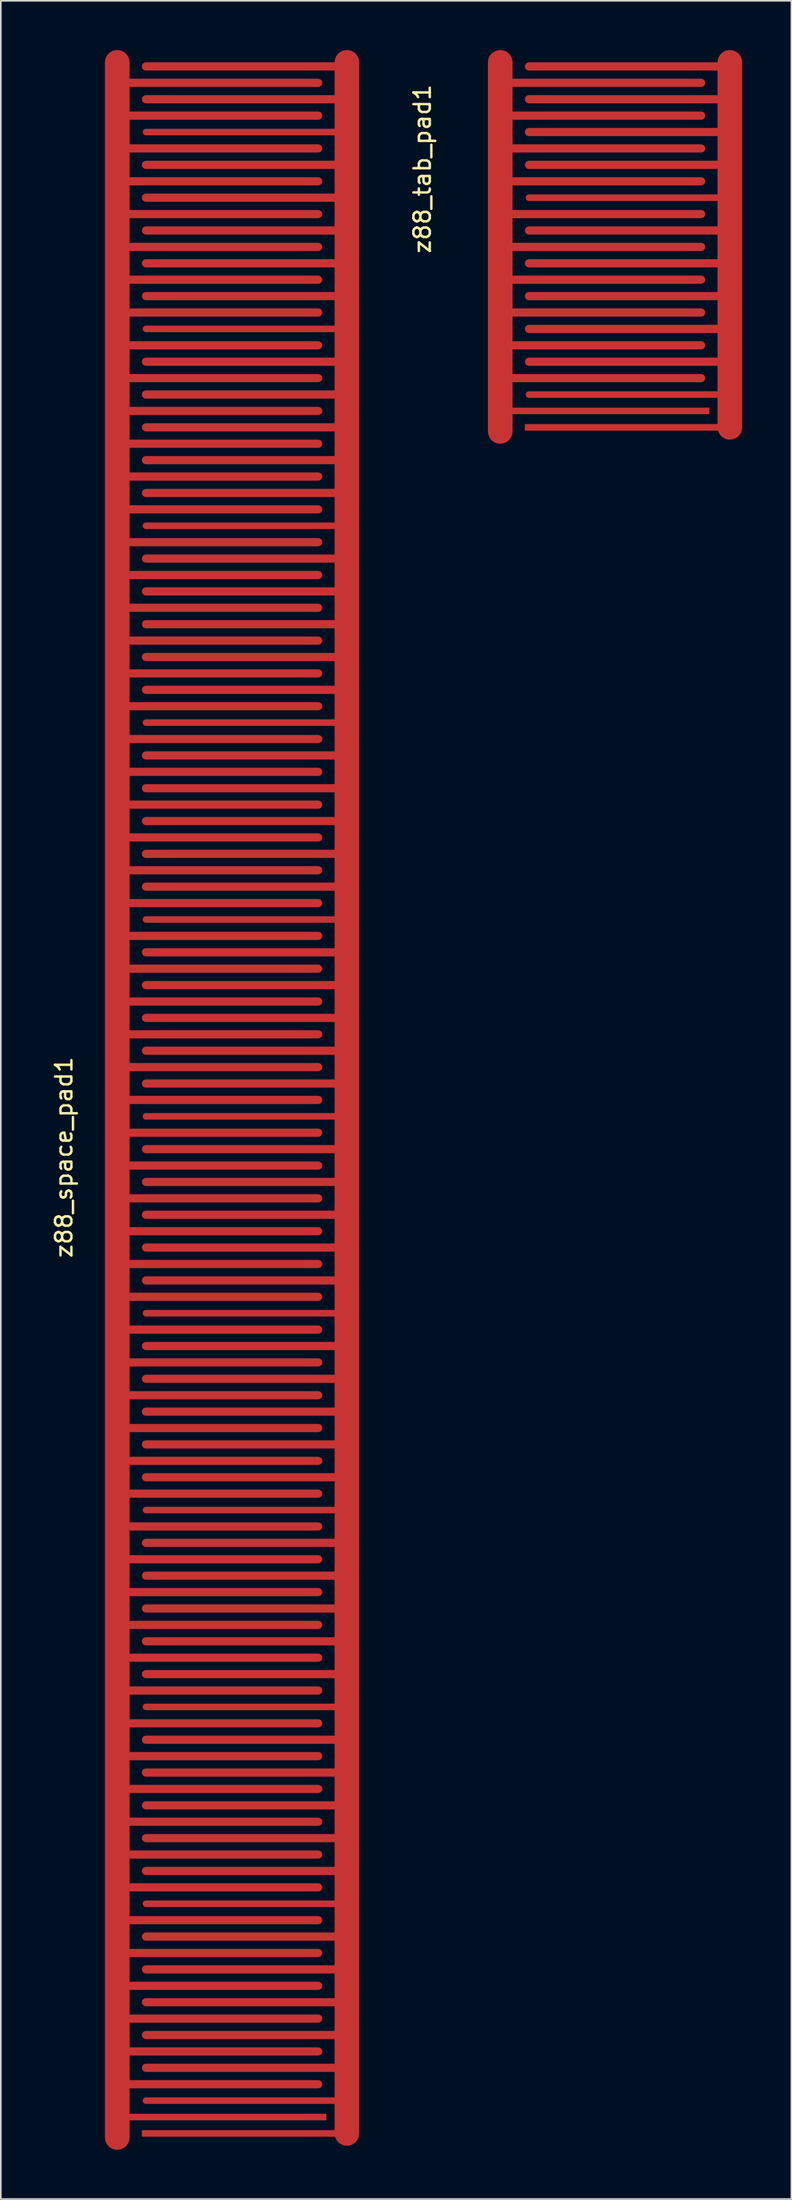
<source format=kicad_pcb>
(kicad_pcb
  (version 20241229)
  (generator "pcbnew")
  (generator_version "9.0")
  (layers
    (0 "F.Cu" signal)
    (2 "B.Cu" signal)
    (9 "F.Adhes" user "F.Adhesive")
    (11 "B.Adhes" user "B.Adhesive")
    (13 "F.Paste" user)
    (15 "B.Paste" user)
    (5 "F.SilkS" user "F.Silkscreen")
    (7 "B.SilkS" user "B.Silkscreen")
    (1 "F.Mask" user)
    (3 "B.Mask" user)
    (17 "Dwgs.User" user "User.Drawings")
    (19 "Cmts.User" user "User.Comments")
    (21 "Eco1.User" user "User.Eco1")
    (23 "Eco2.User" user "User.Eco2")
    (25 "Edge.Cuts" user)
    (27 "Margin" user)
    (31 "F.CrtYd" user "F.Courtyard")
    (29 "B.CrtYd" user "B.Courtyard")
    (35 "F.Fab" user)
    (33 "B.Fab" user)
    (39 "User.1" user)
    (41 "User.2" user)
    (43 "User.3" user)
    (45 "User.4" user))
  (footprint "z88_tab_pad1"
    (layer "F.Cu")
    (at 34.947 6.75)
    (property "Reference" "z88_tab_pad1" (at -12.25 0.5 90) (layer "F.SilkS") (effects (font (size 1 1) (thickness 0.15))))
    (attr through_hole)
    (pad "1" smd custom (at 0 16.25) (size 12 0.4) (layers "F.Cu" "F.Mask" "F.Paste") (options (anchor rect)) (primitives (gr_line (start 5.75 -10) (end -5.75 -10) (width 0.5)) (gr_line (start 6.25 -2) (end -5.75 -2) (width 0.4)) (gr_line (start 5.75 -8) (end -5.75 -8) (width 0.5)) (gr_line (start 6.5 0) (end 6.5 -13.5) (width 1.5)) (gr_line (start 6.25 -14) (end -5.75 -14) (width 0.4)) (gr_line (start 5.75 -20) (end -5.75 -20) (width 0.5)) (gr_line (start 5.75 -18) (end -5.75 -18) (width 0.5)) (gr_line (start 5.75 -4) (end -5.75 -4) (width 0.5)) (gr_line (start 5.75 -6) (end -5.75 -6) (width 0.5)) (gr_line (start 5.75 -12) (end -5.75 -12) (width 0.5)) (gr_line (start 5.75 -16) (end -5.75 -16) (width 0.5)) (gr_line (start 5.75 -22) (end -5.75 -22) (width 0.5)) (gr_line (start 6.5 -12) (end 6.5 -22.25) (width 1.5))))
    (pad "2" smd custom (at -0.75 15.25) (size 12 0.4) (layers "F.Cu" "F.Mask" "F.Paste") (options (anchor rect)) (primitives (gr_line (start 5.5 -6) (end -6 -6) (width 0.5)) (gr_line (start 5.5 -2) (end -6 -2) (width 0.5)) (gr_line (start 5.5 -20) (end -6 -20) (width 0.5)) (gr_line (start 5.5 -18) (end -6 -18) (width 0.5)) (gr_line (start 5.5 -4) (end -6 -4) (width 0.5)) (gr_line (start 5.5 -16) (end -6 -16) (width 0.5)) (gr_line (start 5.5 -12) (end -6 -12) (width 0.5)) (gr_line (start 5.5 -14) (end -6 -14) (width 0.5)) (gr_line (start 5.5 -10) (end -6 -10) (width 0.5)) (gr_line (start 5.5 -8) (end -6 -8) (width 0.5)) (gr_line (start -6.75 1.25) (end -6.75 -12.25) (width 1.5)) (gr_line (start -6.75 -10.75) (end -6.75 -21.25) (width 1.5)))))
  (footprint "z88_space_pad1"
    (layer "F.Cu")
    (at 12.098 66.25)
    (property "Reference" "z88_space_pad1" (at -11.25 1.25 90) (layer "F.SilkS") (effects (font (size 1 1) (thickness 0.15))))
    (attr through_hole)
    (pad "1" smd custom (at -0.5 60.75) (size 12 0.4) (layers "F.Cu" "F.Mask" "F.Paste") (options (anchor rect)) (primitives (gr_line (start 6.25 -86) (end -5.75 -86) (width 0.4)) (gr_line (start 5.75 -32) (end -5.75 -32) (width 0.5)) (gr_line (start 5.75 -20) (end -5.75 -20) (width 0.5)) (gr_line (start 6.5 -112.75) (end 6.5 -126.25) (width 1.5)) (gr_line (start 5.75 -88) (end -5.75 -88) (width 0.5)) (gr_line (start 6.5 -60) (end 6.5 -73.5) (width 1.5)) (gr_line (start 6.25 -26) (end -5.75 -26) (width 0.4)) (gr_line (start 5.75 -108) (end -5.75 -108) (width 0.5)) (gr_line (start 6.5 -36) (end 6.5 -49.5) (width 1.5)) (gr_line (start 5.75 -104) (end -5.75 -104) (width 0.5)) (gr_line (start 5.75 -76) (end -5.75 -76) (width 0.5)) (gr_line (start 6.5 -72) (end 6.5 -85.5) (width 1.5)) (gr_line (start 5.75 -96) (end -5.75 -96) (width 0.5)) (gr_line (start 5.75 -18) (end -5.75 -18) (width 0.5)) (gr_line (start 5.75 -4) (end -5.75 -4) (width 0.5)) (gr_line (start 5.75 -58) (end -5.75 -58) (width 0.5)) (gr_line (start 5.75 -114) (end -5.75 -114) (width 0.5)) (gr_line (start 5.75 -106) (end -5.75 -106) (width 0.5)) (gr_line (start 5.75 -120) (end -5.75 -120) (width 0.5)) (gr_line (start 6.25 -62) (end -5.75 -62) (width 0.4)) (gr_line (start 5.75 -6) (end -5.75 -6) (width 0.5)) (gr_line (start 5.75 -12) (end -5.75 -12) (width 0.5)) (gr_line (start 5.75 -28) (end -5.75 -28) (width 0.5)) (gr_line (start 6.25 -38) (end -5.75 -38) (width 0.4)) (gr_line (start 5.75 -102) (end -5.75 -102) (width 0.5)) (gr_line (start 5.75 -16) (end -5.75 -16) (width 0.5)) (gr_line (start 5.75 -36) (end -5.75 -36) (width 0.5)) (gr_line (start 5.75 -44) (end -5.75 -44) (width 0.5)) (gr_line (start 6.25 -98) (end -5.75 -98) (width 0.4)) (gr_line (start 6.5 -24) (end 6.5 -37.5) (width 1.5)) (gr_line (start 5.75 -124) (end -5.75 -124) (width 0.5)) (gr_line (start 5.75 -80) (end -5.75 -80) (width 0.5)) (gr_line (start 5.75 -100) (end -5.75 -100) (width 0.5)) (gr_line (start 5.75 -112) (end -5.75 -112) (width 0.5)) (gr_line (start 5.75 -22) (end -5.75 -22) (width 0.5)) (gr_line (start 6.5 -12) (end 6.5 -25.5) (width 1.5)) (gr_line (start 5.75 -48) (end -5.75 -48) (width 0.5)) (gr_line (start 5.75 -72) (end -5.75 -72) (width 0.5)) (gr_line (start 5.75 -92) (end -5.75 -92) (width 0.5)) (gr_line (start 5.75 -10) (end -5.75 -10) (width 0.5)) (gr_line (start 5.75 -66) (end -5.75 -66) (width 0.5)) (gr_line (start 5.75 -64) (end -5.75 -64) (width 0.5)) (gr_line (start 6.25 -74) (end -5.75 -74) (width 0.4)) (gr_line (start 5.75 -118) (end -5.75 -118) (width 0.5)) (gr_line (start 5.75 -46) (end -5.75 -46) (width 0.5)) (gr_line (start 5.75 -68) (end -5.75 -68) (width 0.5)) (gr_line (start 5.75 -30) (end -5.75 -30) (width 0.5)) (gr_line (start 6.25 -2) (end -5.75 -2) (width 0.4)) (gr_line (start 5.75 -56) (end -5.75 -56) (width 0.5)) (gr_line (start 5.75 -34) (end -5.75 -34) (width 0.5)) (gr_line (start 5.75 -78) (end -5.75 -78) (width 0.5)) (gr_line (start 6.5 -108) (end 6.5 -121.5) (width 1.5)) (gr_line (start 5.75 -116) (end -5.75 -116) (width 0.5)) (gr_line (start 5.75 -84) (end -5.75 -84) (width 0.5)) (gr_line (start 5.75 -70) (end -5.75 -70) (width 0.5)) (gr_line (start 6.25 -50) (end -5.75 -50) (width 0.4)) (gr_line (start 5.75 -40) (end -5.75 -40) (width 0.5)) (gr_line (start 5.75 -60) (end -5.75 -60) (width 0.5)) (gr_line (start 5.75 -8) (end -5.75 -8) (width 0.5)) (gr_line (start 5.75 -94) (end -5.75 -94) (width 0.5)) (gr_line (start 5.75 -42) (end -5.75 -42) (width 0.5)) (gr_line (start 6.5 0) (end 6.5 -13.5) (width 1.5)) (gr_line (start 6.25 -14) (end -5.75 -14) (width 0.4)) (gr_line (start 5.75 -90) (end -5.75 -90) (width 0.5)) (gr_line (start 5.75 -126) (end -5.75 -126) (width 0.5)) (gr_line (start 6.25 -110) (end -5.75 -110) (width 0.4)) (gr_line (start 5.75 -52) (end -5.75 -52) (width 0.5)) (gr_line (start 5.75 -54) (end -5.75 -54) (width 0.5)) (gr_line (start 6.5 -96) (end 6.5 -109.5) (width 1.5)) (gr_line (start 6.5 -84) (end 6.5 -97.5) (width 1.5)) (gr_line (start 6.5 -48) (end 6.5 -61.5) (width 1.5)) (gr_line (start 6.25 -122) (end -5.75 -122) (width 0.4)) (gr_line (start 5.75 -82) (end -5.75 -82) (width 0.5)) (gr_line (start 5.75 -24) (end -5.75 -24) (width 0.5))))
    (pad "2" smd custom (at -1.25 59.75) (size 12 0.4) (layers "F.Cu" "F.Mask" "F.Paste") (options (anchor rect)) (primitives (gr_line (start -6.75 1.25) (end -6.75 -12.25) (width 1.5)) (gr_line (start 5.5 -4) (end -6 -4) (width 0.5)) (gr_line (start 5.5 -10) (end -6 -10) (width 0.5)) (gr_line (start 5.5 -8) (end -6 -8) (width 0.5)) (gr_line (start 5.5 -98) (end -6 -98) (width 0.5)) (gr_line (start 5.5 -62) (end -6 -62) (width 0.5)) (gr_line (start 5.5 -12) (end -6 -12) (width 0.5)) (gr_line (start 5.5 -52) (end -6 -52) (width 0.5)) (gr_line (start 5.5 -30) (end -6 -30) (width 0.5)) (gr_line (start 5.5 -90) (end -6 -90) (width 0.5)) (gr_line (start 5.5 -86) (end -6 -86) (width 0.5)) (gr_line (start 5.5 -96) (end -6 -96) (width 0.5)) (gr_line (start 5.5 -32) (end -6 -32) (width 0.5)) (gr_line (start 5.5 -36) (end -6 -36) (width 0.5)) (gr_line (start 5.5 -16) (end -6 -16) (width 0.5)) (gr_line (start 5.5 -56) (end -6 -56) (width 0.5)) (gr_line (start 5.5 -80) (end -6 -80) (width 0.5)) (gr_line (start 5.5 -26) (end -6 -26) (width 0.5)) (gr_line (start 5.5 -104) (end -6 -104) (width 0.5)) (gr_line (start 5.5 -108) (end -6 -108) (width 0.5)) (gr_line (start 5.5 -92) (end -6 -92) (width 0.5)) (gr_line (start 5.5 -94) (end -6 -94) (width 0.5)) (gr_line (start 5.5 -88) (end -6 -88) (width 0.5)) (gr_line (start -6.75 -82.75) (end -6.75 -96.25) (width 1.5)) (gr_line (start 5.5 -102) (end -6 -102) (width 0.5)) (gr_line (start 5.5 -78) (end -6 -78) (width 0.5)) (gr_line (start 5.5 -50) (end -6 -50) (width 0.5)) (gr_line (start -6.75 -46.75) (end -6.75 -60.25) (width 1.5)) (gr_line (start 5.5 -84) (end -6 -84) (width 0.5)) (gr_line (start 5.5 -44) (end -6 -44) (width 0.5)) (gr_line (start 5.5 -124) (end -6 -124) (width 0.5)) (gr_line (start -6.75 -118.75) (end -6.75 -125.25) (width 1.5)) (gr_line (start 5.5 -68) (end -6 -68) (width 0.5)) (gr_line (start 5.5 -42) (end -6 -42) (width 0.5)) (gr_line (start 5.5 -2) (end -6 -2) (width 0.5)) (gr_line (start 5.5 -70) (end -6 -70) (width 0.5)) (gr_line (start 5.5 -54) (end -6 -54) (width 0.5)) (gr_line (start 5.5 -66) (end -6 -66) (width 0.5)) (gr_line (start 5.5 -24) (end -6 -24) (width 0.5)) (gr_line (start 5.5 -18) (end -6 -18) (width 0.5)) (gr_line (start -6.75 -34.75) (end -6.75 -48.25) (width 1.5)) (gr_line (start 5.5 -22) (end -6 -22) (width 0.5)) (gr_line (start 5.5 -74) (end -6 -74) (width 0.5)) (gr_line (start -6.75 -22.75) (end -6.75 -36.25) (width 1.5)) (gr_line (start 5.5 -82) (end -6 -82) (width 0.5)) (gr_line (start -6.75 -58.75) (end -6.75 -72.25) (width 1.5)) (gr_line (start 5.5 -6) (end -6 -6) (width 0.5)) (gr_line (start 5.5 -72) (end -6 -72) (width 0.5)) (gr_line (start 5.5 -48) (end -6 -48) (width 0.5)) (gr_line (start 5.5 -28) (end -6 -28) (width 0.5)) (gr_line (start 5.5 -46) (end -6 -46) (width 0.5)) (gr_line (start -6.75 -70.75) (end -6.75 -84.25) (width 1.5)) (gr_line (start -6.75 -10.75) (end -6.75 -24.25) (width 1.5)) (gr_line (start 5.5 -38) (end -6 -38) (width 0.5)) (gr_line (start 5.5 -114) (end -6 -114) (width 0.5)) (gr_line (start 5.5 -76) (end -6 -76) (width 0.5)) (gr_line (start 5.5 -122) (end -6 -122) (width 0.5)) (gr_line (start 5.5 -60) (end -6 -60) (width 0.5)) (gr_line (start 5.5 -14) (end -6 -14) (width 0.5)) (gr_line (start 5.5 -40) (end -6 -40) (width 0.5)) (gr_line (start 5.5 -106) (end -6 -106) (width 0.5)) (gr_line (start 5.5 -100) (end -6 -100) (width 0.5)) (gr_line (start -6.75 -94.75) (end -6.75 -108.25) (width 1.5)) (gr_line (start 5.5 -110) (end -6 -110) (width 0.5)) (gr_line (start 5.5 -120) (end -6 -120) (width 0.5)) (gr_line (start 5.5 -116) (end -6 -116) (width 0.5)) (gr_line (start 5.5 -118) (end -6 -118) (width 0.5)) (gr_line (start 5.5 -112) (end -6 -112) (width 0.5)) (gr_line (start -6.75 -106.75) (end -6.75 -120.25) (width 1.5)) (gr_line (start 5.5 -58) (end -6 -58) (width 0.5)) (gr_line (start 5.5 -64) (end -6 -64) (width 0.5)) (gr_line (start 5.5 -20) (end -6 -20) (width 0.5)) (gr_line (start 5.5 -34) (end -6 -34) (width 0.5)))))
  (gr_rect
    (start -3 -3)
    (end 45.197 131)
    (stroke (width 0.1) (type default))
    (fill no)
    (layer "Edge.Cuts")))
</source>
